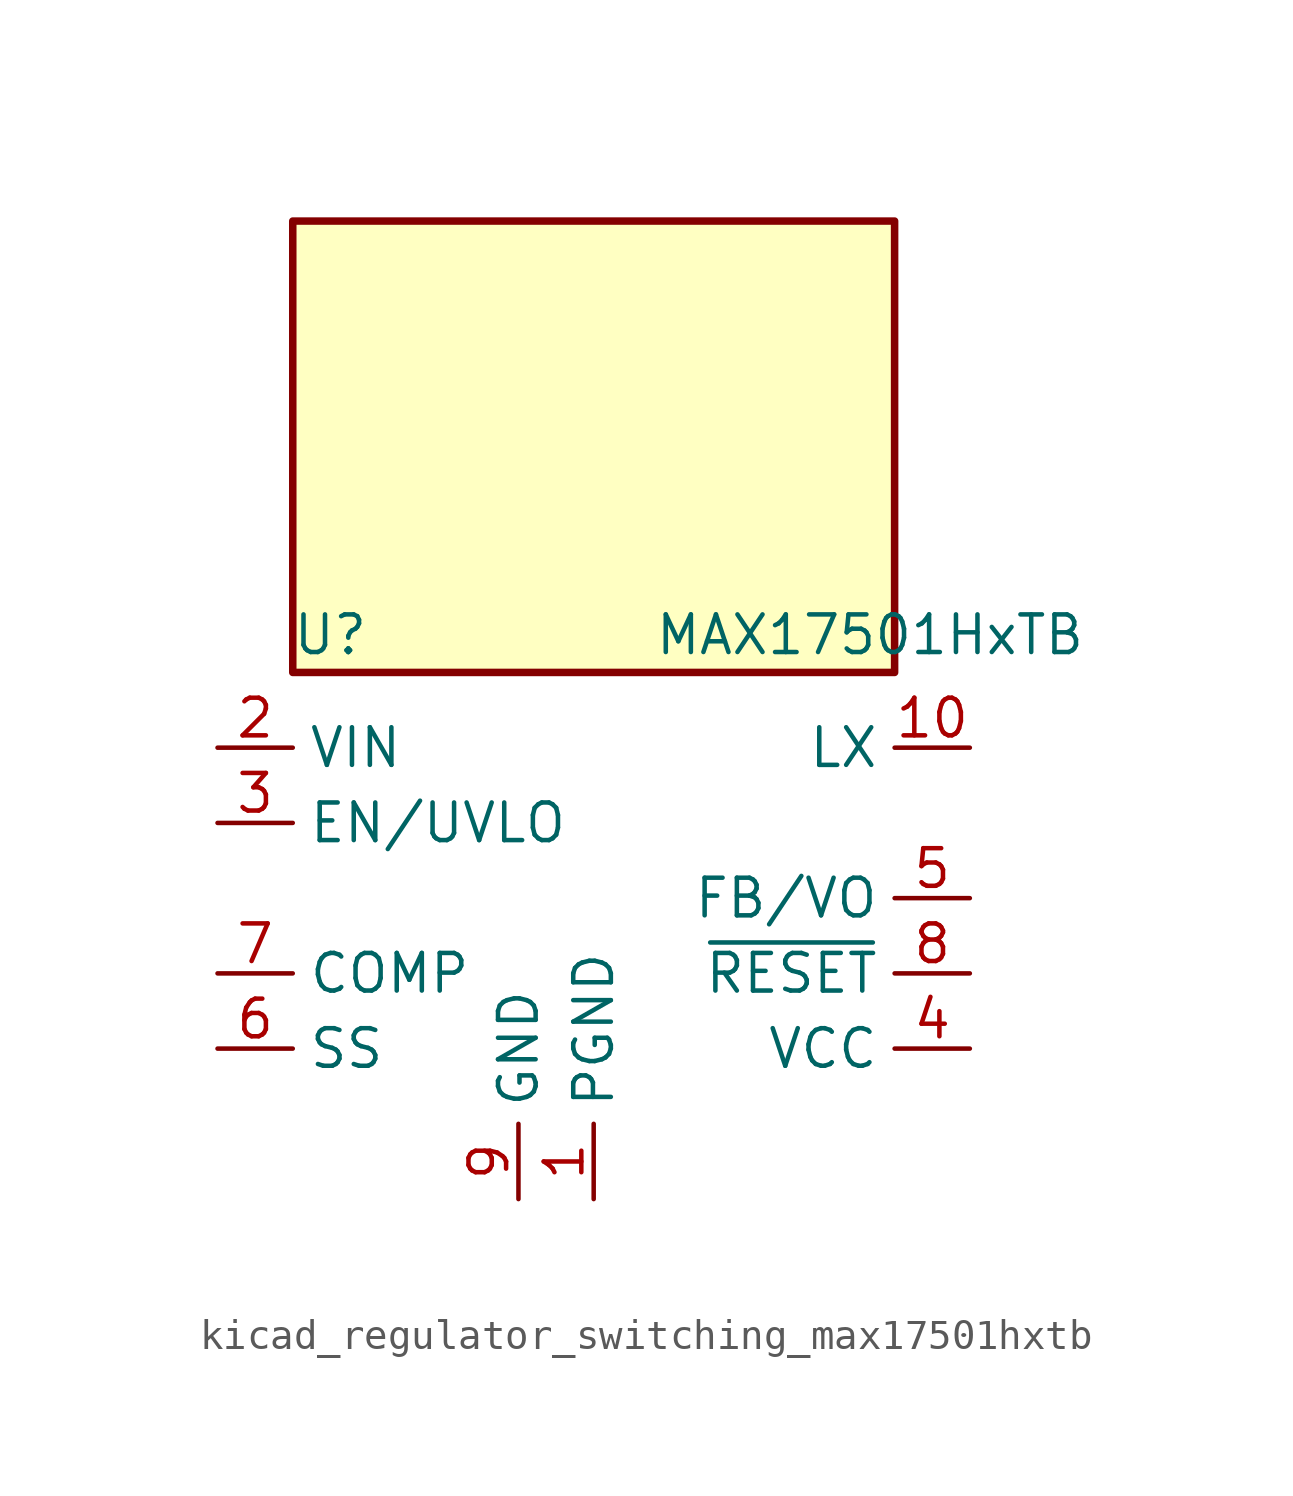
<source format=kicad_sym>
(kicad_symbol_lib
  (version 20220914)
  (generator kicad_symbol_editor)
  (symbol "kicad_regulator_switching_max17501hxtb"
    (property "Reference" "U"
      (at -8.89 8.89 0)
      (effects (font (size 1.27 1.27))))
    (property "Value" "MAX17501HxTB"
      (at 2.032 8.89 0)
      (effects (font (size 1.27 1.27)) (justify left)))
    (symbol "kicad_regulator_switching_max17501hxtb_0_1"
      (rectangle (start 10.16 22.86) (end -10.16 7.62) (stroke (width 0.254) (type default)) (fill (type background))))
    (symbol "kicad_regulator_switching_max17501hxtb_1_1"
      (pin power_in line (at 0 -10.16 90) (length 2.54) (name "PGND" (effects (font (size 1.27 1.27)))) (number "1" (effects (font (size 1.27 1.27)))))
      (pin power_out line (at 12.7 5.08 180) (length 2.54) (name "LX" (effects (font (size 1.27 1.27)))) (number "10" (effects (font (size 1.27 1.27)))))
      (pin passive line (at -2.54 -10.16 90) (length 2.54) hide (name "GND" (effects (font (size 1.27 1.27)))) (number "11" (effects (font (size 1.27 1.27)))))
      (pin power_in line (at -12.7 5.08 0) (length 2.54) (name "VIN" (effects (font (size 1.27 1.27)))) (number "2" (effects (font (size 1.27 1.27)))))
      (pin input line (at -12.7 2.54 0) (length 2.54) (name "EN/UVLO" (effects (font (size 1.27 1.27)))) (number "3" (effects (font (size 1.27 1.27)))))
      (pin power_out line (at 12.7 -5.08 180) (length 2.54) (name "VCC" (effects (font (size 1.27 1.27)))) (number "4" (effects (font (size 1.27 1.27)))))
      (pin input line (at 12.7 0 180) (length 2.54) (name "FB/VO" (effects (font (size 1.27 1.27)))) (number "5" (effects (font (size 1.27 1.27)))))
      (pin passive line (at -12.7 -5.08 0) (length 2.54) (name "SS" (effects (font (size 1.27 1.27)))) (number "6" (effects (font (size 1.27 1.27)))))
      (pin passive line (at -12.7 -2.54 0) (length 2.54) (name "COMP" (effects (font (size 1.27 1.27)))) (number "7" (effects (font (size 1.27 1.27)))))
      (pin open_collector line (at 12.7 -2.54 180) (length 2.54) (name "~{RESET}" (effects (font (size 1.27 1.27)))) (number "8" (effects (font (size 1.27 1.27)))))
      (pin power_in line (at -2.54 -10.16 90) (length 2.54) (name "GND" (effects (font (size 1.27 1.27)))) (number "9" (effects (font (size 1.27 1.27))))))))
</source>
